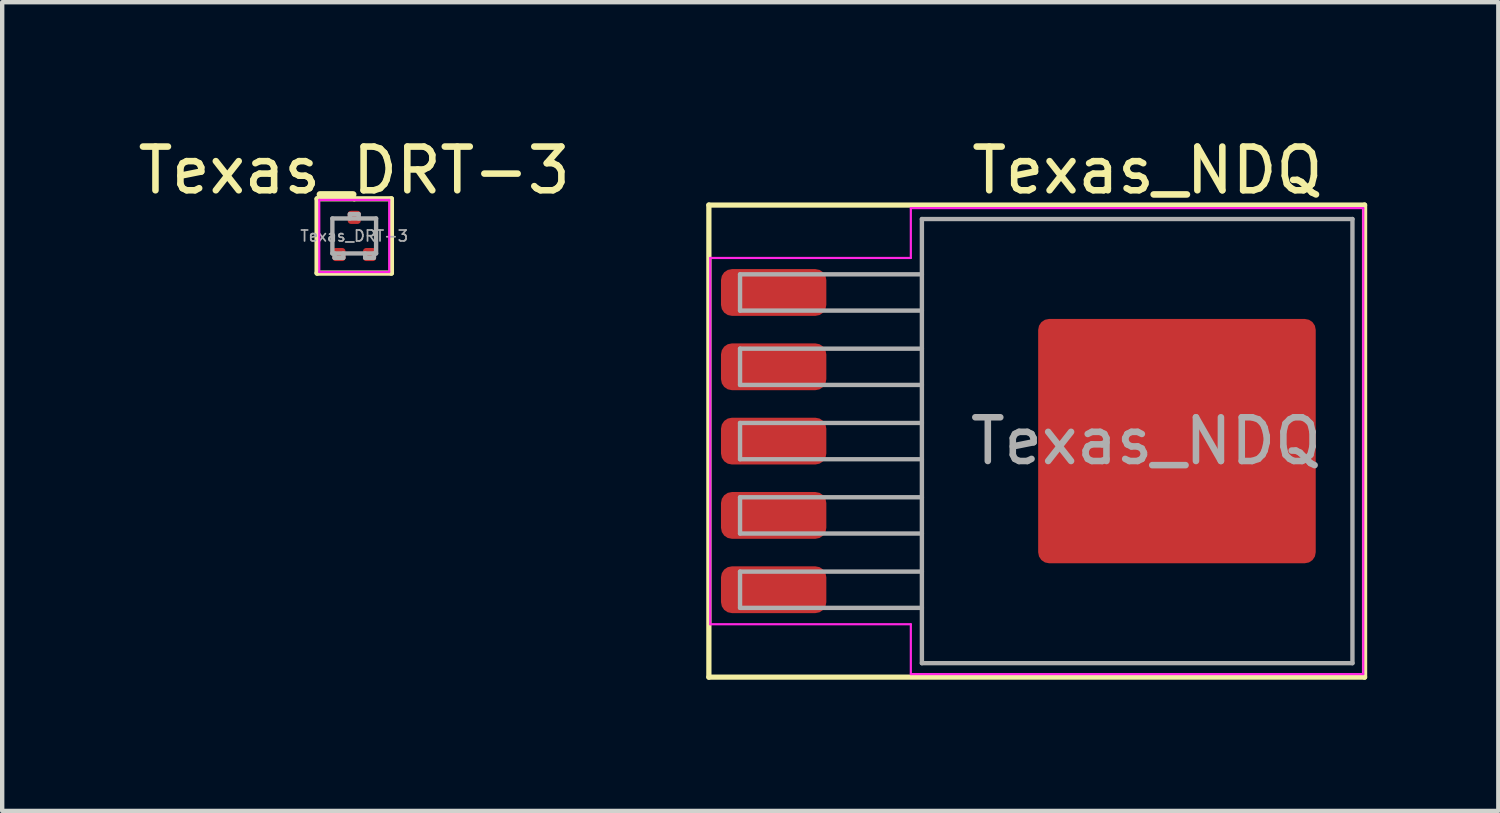
<source format=kicad_pcb>
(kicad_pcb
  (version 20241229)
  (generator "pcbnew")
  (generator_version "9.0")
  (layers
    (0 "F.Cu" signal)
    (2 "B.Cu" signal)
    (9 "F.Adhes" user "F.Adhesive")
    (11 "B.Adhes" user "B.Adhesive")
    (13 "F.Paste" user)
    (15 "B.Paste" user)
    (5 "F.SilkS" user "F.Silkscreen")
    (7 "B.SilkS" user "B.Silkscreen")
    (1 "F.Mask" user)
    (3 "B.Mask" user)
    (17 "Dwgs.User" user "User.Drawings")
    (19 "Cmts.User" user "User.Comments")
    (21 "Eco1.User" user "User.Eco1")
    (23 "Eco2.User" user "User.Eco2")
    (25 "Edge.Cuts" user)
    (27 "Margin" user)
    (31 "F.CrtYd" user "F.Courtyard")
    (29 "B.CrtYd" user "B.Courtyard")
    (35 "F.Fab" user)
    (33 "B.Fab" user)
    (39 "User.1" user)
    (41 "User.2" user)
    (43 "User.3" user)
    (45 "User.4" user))
  (footprint "Texas_DRT-3"
    (layer "F.Cu")
    (at 5.054 2.348)
    (property "Reference" "Texas_DRT-3" (at 0 -1.5 0) (layer "F.SilkS") (effects (font (size 1 1) (thickness 0.15))))
    (attr smd)
    (fp_line (start -0.85 -0.85) (end -0.85 0.85) (stroke (width 0.12) (type solid)) (layer "F.SilkS"))
    (fp_line (start -0.85 0.85) (end 0.85 0.85) (stroke (width 0.12) (type solid)) (layer "F.SilkS"))
    (fp_line (start 0 -0.85) (end -0.85 -0.85) (stroke (width 0.12) (type solid)) (layer "F.SilkS"))
    (fp_line (start 0.85 -0.85) (end 0 -0.85) (stroke (width 0.12) (type solid)) (layer "F.SilkS"))
    (fp_line (start 0.85 0.85) (end 0.85 -0.85) (stroke (width 0.12) (type solid)) (layer "F.SilkS"))
    (fp_line (start -0.8 -0.825) (end 0.8 -0.825) (stroke (width 0.05) (type solid)) (layer "F.CrtYd"))
    (fp_line (start -0.8 0.825) (end -0.8 -0.825) (stroke (width 0.05) (type solid)) (layer "F.CrtYd"))
    (fp_line (start 0.8 -0.825) (end 0.8 0.825) (stroke (width 0.05) (type solid)) (layer "F.CrtYd"))
    (fp_line (start 0.8 0.825) (end -0.8 0.825) (stroke (width 0.05) (type solid)) (layer "F.CrtYd"))
    (fp_line (start -0.5 -0.4) (end 0.5 -0.4) (stroke (width 0.1) (type solid)) (layer "F.Fab"))
    (fp_line (start -0.5 0.4) (end -0.5 -0.4) (stroke (width 0.1) (type solid)) (layer "F.Fab"))
    (fp_line (start -0.45 0.4) (end -0.45 0.5) (stroke (width 0.1) (type solid)) (layer "F.Fab"))
    (fp_line (start -0.45 0.5) (end -0.25 0.5) (stroke (width 0.1) (type solid)) (layer "F.Fab"))
    (fp_line (start -0.25 0.5) (end -0.25 0.4) (stroke (width 0.1) (type solid)) (layer "F.Fab"))
    (fp_line (start -0.1 -0.5) (end -0.1 -0.4) (stroke (width 0.1) (type solid)) (layer "F.Fab"))
    (fp_line (start 0.1 -0.5) (end -0.1 -0.5) (stroke (width 0.1) (type solid)) (layer "F.Fab"))
    (fp_line (start 0.1 -0.4) (end 0.1 -0.5) (stroke (width 0.1) (type solid)) (layer "F.Fab"))
    (fp_line (start 0.25 0.4) (end 0.25 0.5) (stroke (width 0.1) (type solid)) (layer "F.Fab"))
    (fp_line (start 0.25 0.5) (end 0.45 0.5) (stroke (width 0.1) (type solid)) (layer "F.Fab"))
    (fp_line (start 0.45 0.5) (end 0.45 0.4) (stroke (width 0.1) (type solid)) (layer "F.Fab"))
    (fp_line (start 0.5 -0.4) (end 0.5 0.4) (stroke (width 0.1) (type solid)) (layer "F.Fab"))
    (fp_line (start 0.5 0.4) (end -0.5 0.4) (stroke (width 0.1) (type solid)) (layer "F.Fab"))
    (fp_text user "${REFERENCE}" (at 0 0 0) (layer "F.Fab") (effects (font (size 0.25 0.25) (thickness 0.04))))
    (pad "1" smd roundrect (at -0.35 0.425) (size 0.3 0.3) (layers "F.Cu" "F.Mask" "F.Paste") (roundrect_rratio 0.25))
    (pad "2" smd roundrect (at 0.35 0.425) (size 0.3 0.3) (layers "F.Cu" "F.Mask" "F.Paste") (roundrect_rratio 0.25))
    (pad "3" smd roundrect (at 0 -0.425) (size 0.3 0.3) (layers "F.Cu" "F.Mask" "F.Paste") (roundrect_rratio 0.25)))
  (footprint "Texas_NDQ"
    (layer "F.Cu")
    (at 20.667 7.041)
    (property "Reference" "Texas_NDQ" (at 2.532 -6.193 0) (layer "F.SilkS") (effects (font (size 1 1) (thickness 0.15))))
    (attr smd)
    (fp_line (start -7.5 -5.4) (end -7.5 5.4) (stroke (width 0.12) (type solid)) (layer "F.SilkS"))
    (fp_line (start -7.5 5.4) (end 7.5 5.4) (stroke (width 0.12) (type solid)) (layer "F.SilkS"))
    (fp_line (start 7.5 -5.4) (end -7.5 -5.4) (stroke (width 0.12) (type solid)) (layer "F.SilkS"))
    (fp_line (start 7.5 5.4) (end 7.5 -5.4) (stroke (width 0.12) (type solid)) (layer "F.SilkS"))
    (fp_line (start -7.47 4.19) (end -7.47 -4.19) (stroke (width 0.05) (type solid)) (layer "F.CrtYd"))
    (fp_line (start -2.88 -4.19) (end -7.47 -4.19) (stroke (width 0.05) (type solid)) (layer "F.CrtYd"))
    (fp_line (start -2.88 -4.19) (end -2.88 -5.33) (stroke (width 0.05) (type solid)) (layer "F.CrtYd"))
    (fp_line (start -2.88 4.19) (end -7.47 4.19) (stroke (width 0.05) (type solid)) (layer "F.CrtYd"))
    (fp_line (start -2.88 5.33) (end -2.88 4.19) (stroke (width 0.05) (type solid)) (layer "F.CrtYd"))
    (fp_line (start 7.47 -5.33) (end -2.88 -5.33) (stroke (width 0.05) (type solid)) (layer "F.CrtYd"))
    (fp_line (start 7.47 -5.33) (end 7.47 5.33) (stroke (width 0.05) (type solid)) (layer "F.CrtYd"))
    (fp_line (start 7.47 5.33) (end -2.88 5.33) (stroke (width 0.05) (type solid)) (layer "F.CrtYd"))
    (fp_line (start -6.787 -3.815) (end -6.787 -2.985) (stroke (width 0.1) (type solid)) (layer "F.Fab"))
    (fp_line (start -6.787 -2.115) (end -6.787 -1.285) (stroke (width 0.1) (type solid)) (layer "F.Fab"))
    (fp_line (start -6.787 -0.415) (end -6.787 0.415) (stroke (width 0.1) (type solid)) (layer "F.Fab"))
    (fp_line (start -6.787 1.285) (end -6.787 2.115) (stroke (width 0.1) (type solid)) (layer "F.Fab"))
    (fp_line (start -6.787 2.985) (end -6.787 3.815) (stroke (width 0.1) (type solid)) (layer "F.Fab"))
    (fp_line (start -2.627 -5.08) (end 7.223 -5.08) (stroke (width 0.1) (type solid)) (layer "F.Fab"))
    (fp_line (start -2.627 -3.815) (end -6.787 -3.815) (stroke (width 0.1) (type solid)) (layer "F.Fab"))
    (fp_line (start -2.627 -2.985) (end -6.787 -2.985) (stroke (width 0.1) (type solid)) (layer "F.Fab"))
    (fp_line (start -2.627 -2.115) (end -6.787 -2.115) (stroke (width 0.1) (type solid)) (layer "F.Fab"))
    (fp_line (start -2.627 -1.285) (end -6.787 -1.285) (stroke (width 0.1) (type solid)) (layer "F.Fab"))
    (fp_line (start -2.627 -0.415) (end -6.787 -0.415) (stroke (width 0.1) (type solid)) (layer "F.Fab"))
    (fp_line (start -2.627 0.415) (end -6.787 0.415) (stroke (width 0.1) (type solid)) (layer "F.Fab"))
    (fp_line (start -2.627 1.285) (end -6.787 1.285) (stroke (width 0.1) (type solid)) (layer "F.Fab"))
    (fp_line (start -2.627 2.115) (end -6.787 2.115) (stroke (width 0.1) (type solid)) (layer "F.Fab"))
    (fp_line (start -2.627 2.985) (end -6.787 2.985) (stroke (width 0.1) (type solid)) (layer "F.Fab"))
    (fp_line (start -2.627 3.815) (end -6.787 3.815) (stroke (width 0.1) (type solid)) (layer "F.Fab"))
    (fp_line (start -2.627 5.08) (end -2.627 -5.08) (stroke (width 0.1) (type solid)) (layer "F.Fab"))
    (fp_line (start 7.223 -5.08) (end 7.223 5.08) (stroke (width 0.1) (type solid)) (layer "F.Fab"))
    (fp_line (start 7.223 5.08) (end -2.627 5.08) (stroke (width 0.1) (type solid)) (layer "F.Fab"))
    (fp_text user "${REFERENCE}" (at 2.5 0 0) (layer "F.Fab") (effects (font (size 1 1) (thickness 0.15))))
    (pad "" smd roundrect (at 0.8 -1.8) (size 1.3 1.5) (layers "F.Paste") (roundrect_rratio 0.25))
    (pad "" smd roundrect (at 0.8 0) (size 1.3 1.5) (layers "F.Paste") (roundrect_rratio 0.25))
    (pad "" smd roundrect (at 0.8 1.8) (size 1.3 1.5) (layers "F.Paste") (roundrect_rratio 0.25))
    (pad "" smd roundrect (at 2.4 -1.8) (size 1.3 1.5) (layers "F.Paste") (roundrect_rratio 0.25))
    (pad "" smd roundrect (at 2.4 0) (size 1.3 1.5) (layers "F.Paste") (roundrect_rratio 0.25))
    (pad "" smd roundrect (at 2.4 1.8) (size 1.3 1.5) (layers "F.Paste") (roundrect_rratio 0.25))
    (pad "" smd roundrect (at 4 -1.8) (size 1.3 1.5) (layers "F.Paste") (roundrect_rratio 0.25))
    (pad "" smd roundrect (at 4 0) (size 1.3 1.5) (layers "F.Paste") (roundrect_rratio 0.25))
    (pad "" smd roundrect (at 4 1.8) (size 1.3 1.5) (layers "F.Paste") (roundrect_rratio 0.25))
    (pad "" smd roundrect (at 5.6 -1.8) (size 1.3 1.5) (layers "F.Paste") (roundrect_rratio 0.25))
    (pad "" smd roundrect (at 5.6 0) (size 1.3 1.5) (layers "F.Paste") (roundrect_rratio 0.25))
    (pad "" smd roundrect (at 5.6 1.8) (size 1.3 1.5) (layers "F.Paste") (roundrect_rratio 0.25))
    (pad "1" smd roundrect (at -6.018 -3.4) (size 2.41 1.07) (layers "F.Cu" "F.Mask" "F.Paste") (roundrect_rratio 0.234))
    (pad "2" smd roundrect (at -6.018 -1.7) (size 2.41 1.07) (layers "F.Cu" "F.Mask" "F.Paste") (roundrect_rratio 0.234))
    (pad "3" smd roundrect (at -6.018 0) (size 2.41 1.07) (layers "F.Cu" "F.Mask" "F.Paste") (roundrect_rratio 0.234))
    (pad "4" smd roundrect (at -6.018 1.7) (size 2.41 1.07) (layers "F.Cu" "F.Mask" "F.Paste") (roundrect_rratio 0.234))
    (pad "5" smd roundrect (at -6.018 3.4) (size 2.41 1.07) (layers "F.Cu" "F.Mask" "F.Paste") (roundrect_rratio 0.234))
    (pad "6" smd roundrect (at 3.208 0) (size 6.35 5.59) (layers "F.Cu" "F.Mask") (roundrect_rratio 0.045)))
  (gr_rect
    (start -3 -3)
    (end 31.227 15.501)
    (stroke (width 0.1) (type default))
    (fill no)
    (layer "Edge.Cuts")))
</source>
